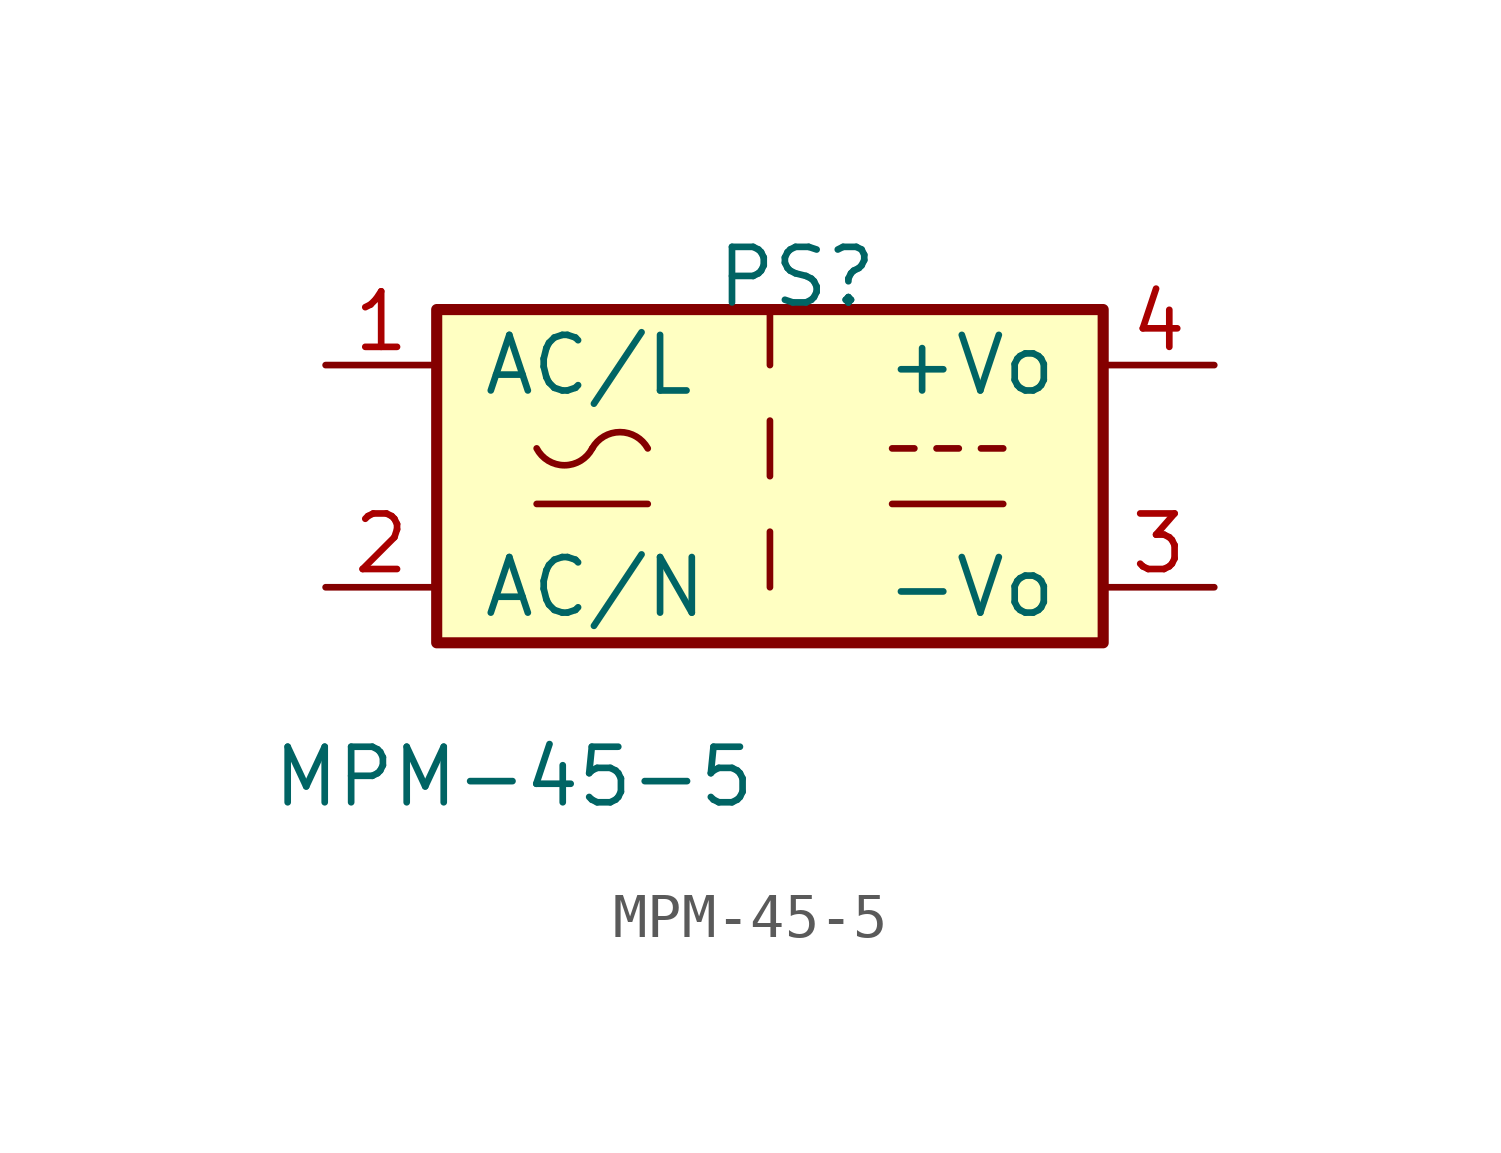
<source format=kicad_sym>
(kicad_symbol_lib
  (version 20211014)
  (generator kicad_symbol_editor)
  (symbol "MPM-45-5"
    (pin_names
      (offset 1.016))
    (property "Reference" "PS"
      (at -1.27 3.81 0)
      (effects (font (size 1.27 1.27)) (justify left bottom)))
    (property "Value" "MPM-45-5"
      (at -11.43 -7.62 0)
      (effects (font (size 1.27 1.27)) (justify left bottom)))
    (symbol "MPM-45-5_0_1"
      (rectangle (start -7.62 3.81) (end 7.62 -3.81) (stroke (width 0.254) (type default) (color 0 0 0 0)) (fill (type background)))
      (arc (start -5.334 0.635) (mid -4.699 0.2495) (end -4.064 0.635) (stroke (width 0) (type default) (color 0 0 0 0)) (fill (type none)))
      (arc (start -2.794 0.635) (mid -3.429 1.0072) (end -4.064 0.635) (stroke (width 0) (type default) (color 0 0 0 0)) (fill (type none)))
      (polyline (pts (xy -5.334 -0.635) (xy -2.794 -0.635)) (stroke (width 0) (type default) (color 0 0 0 0)) (fill (type none)))
      (polyline (pts (xy 0 -1.27) (xy 0 -2.54)) (stroke (width 0) (type default) (color 0 0 0 0)) (fill (type none)))
      (polyline (pts (xy 0 1.27) (xy 0 0)) (stroke (width 0) (type default) (color 0 0 0 0)) (fill (type none)))
      (polyline (pts (xy 0 3.81) (xy 0 2.54)) (stroke (width 0) (type default) (color 0 0 0 0)) (fill (type none)))
      (polyline (pts (xy 2.794 -0.635) (xy 5.334 -0.635)) (stroke (width 0) (type default) (color 0 0 0 0)) (fill (type none)))
      (polyline (pts (xy 2.794 0.635) (xy 3.302 0.635)) (stroke (width 0) (type default) (color 0 0 0 0)) (fill (type none)))
      (polyline (pts (xy 3.81 0.635) (xy 4.318 0.635)) (stroke (width 0) (type default) (color 0 0 0 0)) (fill (type none)))
      (polyline (pts (xy 4.826 0.635) (xy 5.334 0.635)) (stroke (width 0) (type default) (color 0 0 0 0)) (fill (type none))))
    (symbol "MPM-45-5_1_1"
      (pin power_in line (at -10.16 2.54 0) (length 2.54) (name "AC/L" (effects (font (size 1.27 1.27)))) (number "1" (effects (font (size 1.27 1.27)))))
      (pin power_in line (at -10.16 -2.54 0) (length 2.54) (name "AC/N" (effects (font (size 1.27 1.27)))) (number "2" (effects (font (size 1.27 1.27)))))
      (pin power_out line (at 10.16 -2.54 180) (length 2.54) (name "-Vo" (effects (font (size 1.27 1.27)))) (number "3" (effects (font (size 1.27 1.27)))))
      (pin power_out line (at 10.16 2.54 180) (length 2.54) (name "+Vo" (effects (font (size 1.27 1.27)))) (number "4" (effects (font (size 1.27 1.27))))))))
</source>
